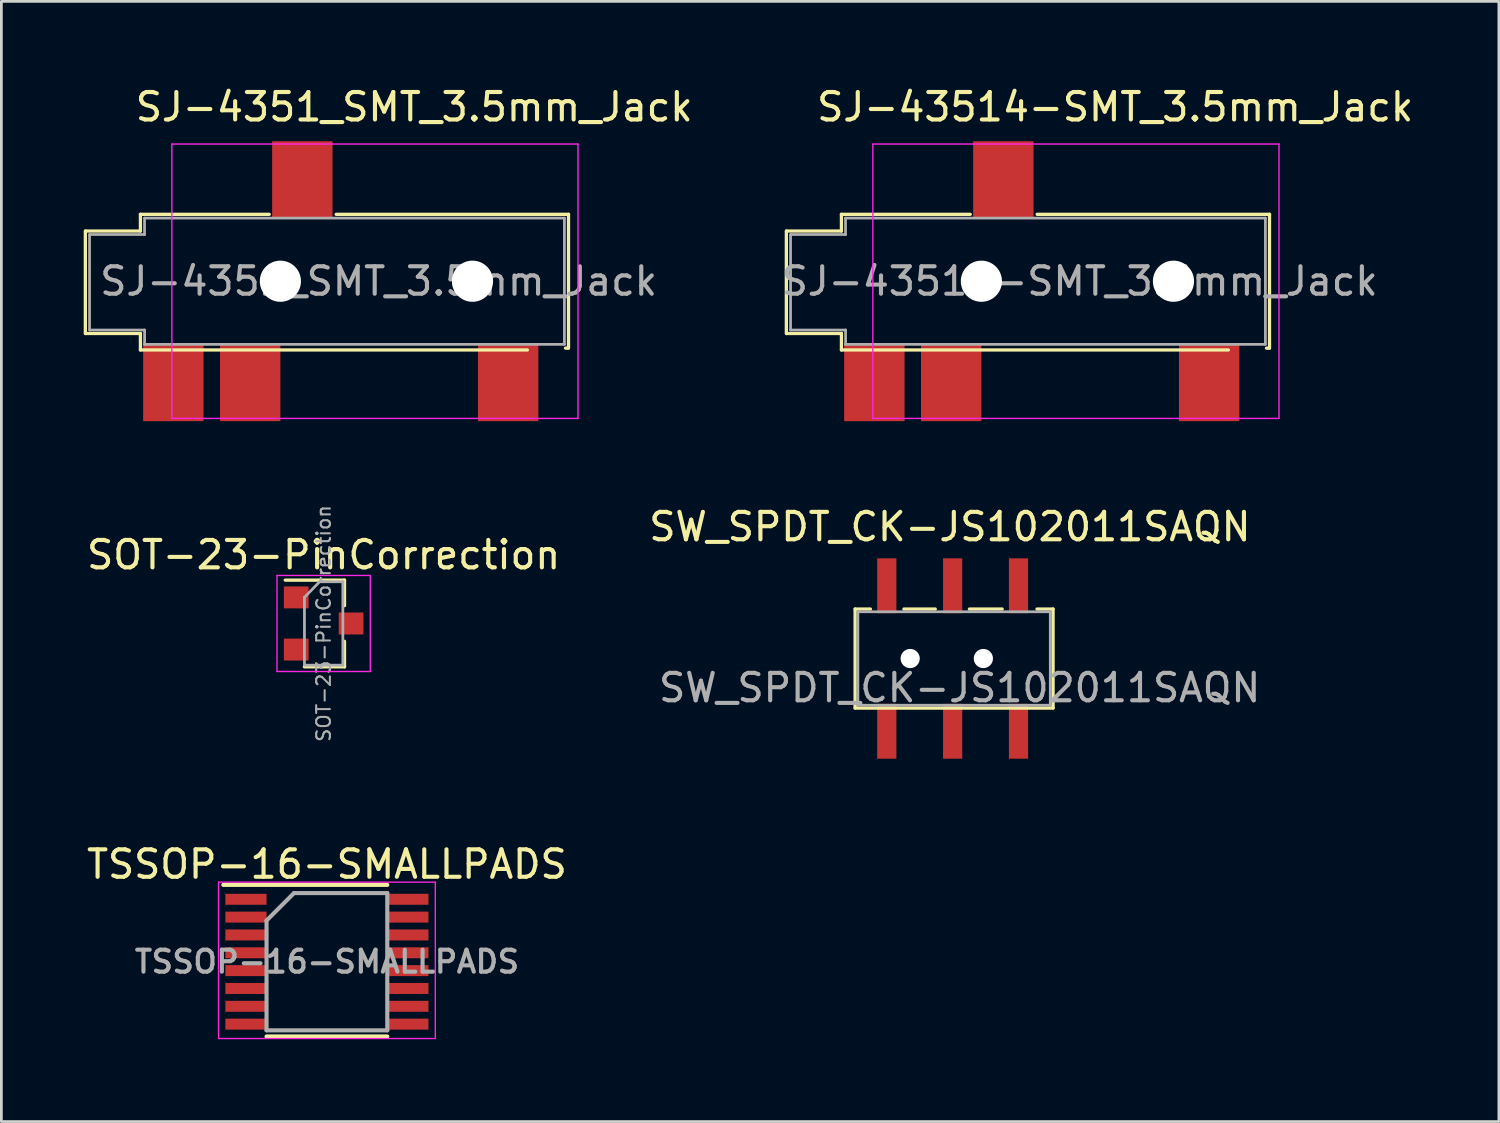
<source format=kicad_pcb>
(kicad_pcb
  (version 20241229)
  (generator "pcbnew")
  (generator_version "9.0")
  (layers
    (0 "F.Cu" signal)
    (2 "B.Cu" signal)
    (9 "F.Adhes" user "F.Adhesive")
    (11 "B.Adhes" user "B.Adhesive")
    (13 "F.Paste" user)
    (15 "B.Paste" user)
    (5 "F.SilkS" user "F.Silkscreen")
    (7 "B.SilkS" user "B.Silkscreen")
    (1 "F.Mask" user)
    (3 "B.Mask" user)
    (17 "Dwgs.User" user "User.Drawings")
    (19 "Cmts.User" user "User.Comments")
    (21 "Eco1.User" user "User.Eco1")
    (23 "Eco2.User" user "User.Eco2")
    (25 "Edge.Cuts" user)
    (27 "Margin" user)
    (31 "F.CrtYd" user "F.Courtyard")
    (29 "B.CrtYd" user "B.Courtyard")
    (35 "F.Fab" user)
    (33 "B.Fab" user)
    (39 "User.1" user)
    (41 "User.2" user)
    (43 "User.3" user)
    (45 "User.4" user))
  (footprint "TSSOP-16-SMALLPADS"
    (layer "F.Cu")
    (at 8.863 31.995)
    (property "Reference" "TSSOP-16-SMALLPADS" (at 0 -3.55 0) (layer "F.SilkS") (effects (font (size 1 1) (thickness 0.15))))
    (attr smd)
    (fp_line (start -3.775 -2.8) (end 2.2 -2.8) (stroke (width 0.15) (type solid)) (layer "F.SilkS"))
    (fp_line (start -2.2 2.725) (end 2.2 2.725) (stroke (width 0.15) (type solid)) (layer "F.SilkS"))
    (fp_line (start -3.95 -2.9) (end -3.95 2.8) (stroke (width 0.05) (type solid)) (layer "F.CrtYd"))
    (fp_line (start -3.95 -2.9) (end 3.95 -2.9) (stroke (width 0.05) (type solid)) (layer "F.CrtYd"))
    (fp_line (start -3.95 2.8) (end 3.95 2.8) (stroke (width 0.05) (type solid)) (layer "F.CrtYd"))
    (fp_line (start 3.95 -2.9) (end 3.95 2.8) (stroke (width 0.05) (type solid)) (layer "F.CrtYd"))
    (fp_line (start -2.2 -1.5) (end -1.2 -2.5) (stroke (width 0.15) (type solid)) (layer "F.Fab"))
    (fp_line (start -2.2 2.5) (end -2.2 -1.5) (stroke (width 0.15) (type solid)) (layer "F.Fab"))
    (fp_line (start -1.2 -2.5) (end 2.2 -2.5) (stroke (width 0.15) (type solid)) (layer "F.Fab"))
    (fp_line (start 2.2 -2.5) (end 2.2 2.5) (stroke (width 0.15) (type solid)) (layer "F.Fab"))
    (fp_line (start 2.2 2.5) (end -2.2 2.5) (stroke (width 0.15) (type solid)) (layer "F.Fab"))
    (fp_text user "${REFERENCE}" (at 0 0 0) (layer "F.Fab") (effects (font (size 0.8 0.8) (thickness 0.15))))
    (pad "1" smd rect (at -2.95 -2.275) (size 1.5 0.4) (layers "F.Cu" "F.Mask" "F.Paste"))
    (pad "2" smd rect (at -2.95 -1.625) (size 1.5 0.4) (layers "F.Cu" "F.Mask" "F.Paste"))
    (pad "3" smd rect (at -2.95 -0.975) (size 1.5 0.4) (layers "F.Cu" "F.Mask" "F.Paste"))
    (pad "4" smd rect (at -2.95 -0.325) (size 1.5 0.4) (layers "F.Cu" "F.Mask" "F.Paste"))
    (pad "5" smd rect (at -2.95 0.325) (size 1.5 0.4) (layers "F.Cu" "F.Mask" "F.Paste"))
    (pad "6" smd rect (at -2.95 0.975) (size 1.5 0.4) (layers "F.Cu" "F.Mask" "F.Paste"))
    (pad "7" smd rect (at -2.95 1.625) (size 1.5 0.4) (layers "F.Cu" "F.Mask" "F.Paste"))
    (pad "8" smd rect (at -2.95 2.275) (size 1.5 0.4) (layers "F.Cu" "F.Mask" "F.Paste"))
    (pad "9" smd rect (at 2.95 2.275) (size 1.5 0.4) (layers "F.Cu" "F.Mask" "F.Paste"))
    (pad "10" smd rect (at 2.95 1.625) (size 1.5 0.4) (layers "F.Cu" "F.Mask" "F.Paste"))
    (pad "11" smd rect (at 2.95 0.975) (size 1.5 0.4) (layers "F.Cu" "F.Mask" "F.Paste"))
    (pad "12" smd rect (at 2.95 0.325) (size 1.5 0.4) (layers "F.Cu" "F.Mask" "F.Paste"))
    (pad "13" smd rect (at 2.95 -0.325) (size 1.5 0.4) (layers "F.Cu" "F.Mask" "F.Paste"))
    (pad "14" smd rect (at 2.95 -0.975) (size 1.5 0.4) (layers "F.Cu" "F.Mask" "F.Paste"))
    (pad "15" smd rect (at 2.95 -1.625) (size 1.5 0.4) (layers "F.Cu" "F.Mask" "F.Paste"))
    (pad "16" smd rect (at 2.95 -2.275) (size 1.5 0.4) (layers "F.Cu" "F.Mask" "F.Paste")))
  (footprint "SW_SPDT_CK-JS102011SAQN"
    (layer "F.Cu")
    (at 31.665 20.947)
    (property "Reference" "SW_SPDT_CK-JS102011SAQN" (at -0.1 -4.8 0) (layer "F.SilkS") (effects (font (size 1 1) (thickness 0.15))))
    (attr smd)
    (fp_line (start -3.554 -1.803) (end -2.996 -1.803) (stroke (width 0.12) (type solid)) (layer "F.SilkS"))
    (fp_line (start -3.554 1.803) (end -3.554 -1.803) (stroke (width 0.12) (type solid)) (layer "F.SilkS"))
    (fp_line (start -0.633 -1.803) (end -1.776 -1.803) (stroke (width 0.12) (type solid)) (layer "F.SilkS"))
    (fp_line (start 1.805 -1.803) (end 0.611 -1.803) (stroke (width 0.12) (type solid)) (layer "F.SilkS"))
    (fp_line (start 3.075 -1.803) (end 3.659 -1.803) (stroke (width 0.12) (type solid)) (layer "F.SilkS"))
    (fp_line (start 3.659 -1.803) (end 3.659 1.803) (stroke (width 0.12) (type solid)) (layer "F.SilkS"))
    (fp_line (start 3.659 1.805) (end -3.554 1.805) (stroke (width 0.12) (type solid)) (layer "F.SilkS"))
    (fp_line (start -3.453 -1.703) (end 3.558 -1.703) (stroke (width 0.1) (type solid)) (layer "F.Fab"))
    (fp_line (start -3.453 -1.702) (end -3.453 1.702) (stroke (width 0.1) (type solid)) (layer "F.Fab"))
    (fp_line (start -3.446 1.703) (end 3.558 1.703) (stroke (width 0.1) (type solid)) (layer "F.Fab"))
    (fp_line (start 3.558 -1.702) (end 3.558 1.702) (stroke (width 0.1) (type solid)) (layer "F.Fab"))
    (fp_text user "${REFERENCE}" (at 0.256 1.067 0) (layer "F.Fab") (effects (font (size 1 1) (thickness 0.15))))
    (pad "" np_thru_hole circle (at -1.548 0) (size 0.7 0.7) (drill 0.7) (layers "*.Cu" "*.Mask"))
    (pad "" np_thru_hole circle (at 1.119 0) (size 0.7 0.7) (drill 0.7) (layers "*.Cu" "*.Mask"))
    (pad "1" smd rect (at -2.4 -2.65) (size 0.7 2) (layers "F.Cu" "F.Mask" "F.Paste"))
    (pad "2" smd rect (at 0 -2.65) (size 0.7 2) (layers "F.Cu" "F.Mask" "F.Paste"))
    (pad "3" smd rect (at 2.4 -2.65) (size 0.7 2) (layers "F.Cu" "F.Mask" "F.Paste"))
    (pad "4" smd rect (at -2.4 2.65) (size 0.7 2) (layers "F.Cu" "F.Mask" "F.Paste"))
    (pad "5" smd rect (at 0 2.65) (size 0.7 2) (layers "F.Cu" "F.Mask" "F.Paste"))
    (pad "6" smd rect (at 2.4 2.65) (size 0.7 2) (layers "F.Cu" "F.Mask" "F.Paste")))
  (footprint "SOT-23-PinCorrection"
    (layer "F.Cu")
    (at 8.744 19.67)
    (property "Reference" "SOT-23-PinCorrection" (at 0 -2.5 0) (layer "F.SilkS") (effects (font (size 1 1) (thickness 0.15))))
    (attr smd)
    (fp_line (start 0.76 -1.58) (end -1.4 -1.58) (stroke (width 0.12) (type solid)) (layer "F.SilkS"))
    (fp_line (start 0.76 -1.58) (end 0.76 -0.65) (stroke (width 0.12) (type solid)) (layer "F.SilkS"))
    (fp_line (start 0.76 1.58) (end -0.7 1.58) (stroke (width 0.12) (type solid)) (layer "F.SilkS"))
    (fp_line (start 0.76 1.58) (end 0.76 0.65) (stroke (width 0.12) (type solid)) (layer "F.SilkS"))
    (fp_line (start -1.7 -1.75) (end 1.7 -1.75) (stroke (width 0.05) (type solid)) (layer "F.CrtYd"))
    (fp_line (start -1.7 1.75) (end -1.7 -1.75) (stroke (width 0.05) (type solid)) (layer "F.CrtYd"))
    (fp_line (start 1.7 -1.75) (end 1.7 1.75) (stroke (width 0.05) (type solid)) (layer "F.CrtYd"))
    (fp_line (start 1.7 1.75) (end -1.7 1.75) (stroke (width 0.05) (type solid)) (layer "F.CrtYd"))
    (fp_line (start -0.7 -0.95) (end -0.7 1.5) (stroke (width 0.1) (type solid)) (layer "F.Fab"))
    (fp_line (start -0.7 -0.95) (end -0.15 -1.52) (stroke (width 0.1) (type solid)) (layer "F.Fab"))
    (fp_line (start -0.7 1.52) (end 0.7 1.52) (stroke (width 0.1) (type solid)) (layer "F.Fab"))
    (fp_line (start -0.15 -1.52) (end 0.7 -1.52) (stroke (width 0.1) (type solid)) (layer "F.Fab"))
    (fp_line (start 0.7 -1.52) (end 0.7 1.52) (stroke (width 0.1) (type solid)) (layer "F.Fab"))
    (fp_text user "${REFERENCE}" (at 0 0 90) (layer "F.Fab") (effects (font (size 0.5 0.5) (thickness 0.075))))
    (pad "1" smd rect (at 1 0) (size 0.9 0.8) (layers "F.Cu" "F.Mask" "F.Paste"))
    (pad "2" smd rect (at -1 -0.95) (size 0.9 0.8) (layers "F.Cu" "F.Mask" "F.Paste"))
    (pad "3" smd rect (at -1 0.95) (size 0.9 0.8) (layers "F.Cu" "F.Mask" "F.Paste")))
  (footprint "SJ-43514-SMT_3.5mm_Jack"
    (layer "F.Cu")
    (at 32.712 7.198)
    (property "Reference" "SJ-43514-SMT_3.5mm_Jack" (at 4.876 -6.35 0) (layer "F.SilkS") (effects (font (size 1 1) (thickness 0.15))))
    (attr smd)
    (fp_line (start -7.107 -1.829) (end -7.107 1.905) (stroke (width 0.12) (type solid)) (layer "F.SilkS"))
    (fp_line (start -5.1 -2.438) (end -5.1 -1.829) (stroke (width 0.12) (type solid)) (layer "F.SilkS"))
    (fp_line (start -5.1 -2.438) (end -0.406 -2.438) (stroke (width 0.12) (type solid)) (layer "F.SilkS"))
    (fp_line (start -5.1 -1.829) (end -7.1 -1.829) (stroke (width 0.12) (type solid)) (layer "F.SilkS"))
    (fp_line (start -5.1 1.905) (end -7.1 1.905) (stroke (width 0.12) (type solid)) (layer "F.SilkS"))
    (fp_line (start -5.1 1.905) (end -5.1 2.505) (stroke (width 0.12) (type solid)) (layer "F.SilkS"))
    (fp_line (start 2.032 -2.438) (end 10.5 -2.438) (stroke (width 0.12) (type solid)) (layer "F.SilkS"))
    (fp_line (start 9 2.505) (end -5.1 2.505) (stroke (width 0.12) (type solid)) (layer "F.SilkS"))
    (fp_line (start 10.39 2.438) (end 10.49 2.438) (stroke (width 0.12) (type solid)) (layer "F.SilkS"))
    (fp_line (start 10.5 2.438) (end 10.5 -2.438) (stroke (width 0.12) (type solid)) (layer "F.SilkS"))
    (fp_line (start -3.955 -5) (end 10.845 -5) (stroke (width 0.05) (type solid)) (layer "F.CrtYd"))
    (fp_line (start -3.955 5) (end -3.955 -5) (stroke (width 0.05) (type solid)) (layer "F.CrtYd"))
    (fp_line (start -3.955 5) (end 10.845 5) (stroke (width 0.05) (type solid)) (layer "F.CrtYd"))
    (fp_line (start 10.845 5) (end 10.845 -5) (stroke (width 0.05) (type solid)) (layer "F.CrtYd"))
    (fp_line (start -6.954 1.778) (end -6.954 -1.702) (stroke (width 0.1) (type solid)) (layer "F.Fab"))
    (fp_line (start -6.948 -1.702) (end -4.948 -1.702) (stroke (width 0.1) (type solid)) (layer "F.Fab"))
    (fp_line (start -4.95 -2.3) (end 10.35 -2.3) (stroke (width 0.1) (type solid)) (layer "F.Fab"))
    (fp_line (start -4.95 -1.7) (end -4.95 -2.3) (stroke (width 0.1) (type solid)) (layer "F.Fab"))
    (fp_line (start -4.95 1.778) (end -6.95 1.778) (stroke (width 0.1) (type solid)) (layer "F.Fab"))
    (fp_line (start -4.948 2.302) (end -4.948 1.778) (stroke (width 0.1) (type solid)) (layer "F.Fab"))
    (fp_line (start 10.35 -2.3) (end 10.35 2.3) (stroke (width 0.1) (type solid)) (layer "F.Fab"))
    (fp_line (start 10.35 2.3) (end -4.95 2.3) (stroke (width 0.1) (type solid)) (layer "F.Fab"))
    (fp_text user "${REFERENCE}" (at 3.58 0 0) (layer "F.Fab") (effects (font (size 1 1) (thickness 0.15))))
    (pad "" np_thru_hole circle (at 0.0002 0) (size 1.5 1.5) (drill 1.5) (layers "*.Cu" "*.Mask"))
    (pad "" np_thru_hole circle (at 7 0) (size 1.5 1.5) (drill 1.5) (layers "*.Cu" "*.Mask"))
    (pad "1" smd rect (at -3.9 3.7) (size 2.2 2.8) (layers "F.Cu" "F.Mask" "F.Paste"))
    (pad "2" smd rect (at 8.3 3.7) (size 2.2 2.8) (layers "F.Cu" "F.Mask" "F.Paste"))
    (pad "3" smd rect (at 0.8 -3.7) (size 2.2 2.8) (layers "F.Cu" "F.Mask" "F.Paste"))
    (pad "4" smd rect (at -1.1 3.7) (size 2.2 2.8) (layers "F.Cu" "F.Mask" "F.Paste")))
  (footprint "SJ-4351_SMT_3.5mm_Jack"
    (layer "F.Cu")
    (at 7.167 7.198)
    (property "Reference" "SJ-4351_SMT_3.5mm_Jack" (at 4.876 -6.35 0) (layer "F.SilkS") (effects (font (size 1 1) (thickness 0.15))))
    (attr smd)
    (fp_line (start -7.107 -1.829) (end -7.107 1.905) (stroke (width 0.12) (type solid)) (layer "F.SilkS"))
    (fp_line (start -5.1 -2.438) (end -5.1 -1.829) (stroke (width 0.12) (type solid)) (layer "F.SilkS"))
    (fp_line (start -5.1 -2.438) (end -0.406 -2.438) (stroke (width 0.12) (type solid)) (layer "F.SilkS"))
    (fp_line (start -5.1 -1.829) (end -7.1 -1.829) (stroke (width 0.12) (type solid)) (layer "F.SilkS"))
    (fp_line (start -5.1 1.905) (end -7.1 1.905) (stroke (width 0.12) (type solid)) (layer "F.SilkS"))
    (fp_line (start -5.1 1.905) (end -5.1 2.505) (stroke (width 0.12) (type solid)) (layer "F.SilkS"))
    (fp_line (start 2.032 -2.438) (end 10.5 -2.438) (stroke (width 0.12) (type solid)) (layer "F.SilkS"))
    (fp_line (start 9 2.505) (end -5.1 2.505) (stroke (width 0.12) (type solid)) (layer "F.SilkS"))
    (fp_line (start 10.39 2.438) (end 10.49 2.438) (stroke (width 0.12) (type solid)) (layer "F.SilkS"))
    (fp_line (start 10.5 2.438) (end 10.5 -2.438) (stroke (width 0.12) (type solid)) (layer "F.SilkS"))
    (fp_line (start -3.955 -5) (end 10.845 -5) (stroke (width 0.05) (type solid)) (layer "F.CrtYd"))
    (fp_line (start -3.955 5) (end -3.955 -5) (stroke (width 0.05) (type solid)) (layer "F.CrtYd"))
    (fp_line (start -3.955 5) (end 10.845 5) (stroke (width 0.05) (type solid)) (layer "F.CrtYd"))
    (fp_line (start 10.845 5) (end 10.845 -5) (stroke (width 0.05) (type solid)) (layer "F.CrtYd"))
    (fp_line (start -6.954 1.778) (end -6.954 -1.702) (stroke (width 0.1) (type solid)) (layer "F.Fab"))
    (fp_line (start -6.948 -1.702) (end -4.948 -1.702) (stroke (width 0.1) (type solid)) (layer "F.Fab"))
    (fp_line (start -4.95 -2.3) (end 10.35 -2.3) (stroke (width 0.1) (type solid)) (layer "F.Fab"))
    (fp_line (start -4.95 -1.7) (end -4.95 -2.3) (stroke (width 0.1) (type solid)) (layer "F.Fab"))
    (fp_line (start -4.95 1.778) (end -6.95 1.778) (stroke (width 0.1) (type solid)) (layer "F.Fab"))
    (fp_line (start -4.948 2.302) (end -4.948 1.778) (stroke (width 0.1) (type solid)) (layer "F.Fab"))
    (fp_line (start 10.35 -2.3) (end 10.35 2.3) (stroke (width 0.1) (type solid)) (layer "F.Fab"))
    (fp_line (start 10.35 2.3) (end -4.95 2.3) (stroke (width 0.1) (type solid)) (layer "F.Fab"))
    (fp_text user "${REFERENCE}" (at 3.58 0 0) (layer "F.Fab") (effects (font (size 1 1) (thickness 0.15))))
    (pad "" np_thru_hole circle (at 0.0002 0) (size 1.5 1.5) (drill 1.5) (layers "*.Cu" "*.Mask"))
    (pad "" np_thru_hole circle (at 7 0) (size 1.5 1.5) (drill 1.5) (layers "*.Cu" "*.Mask"))
    (pad "3" smd rect (at -3.9 3.7) (size 2.2 2.8) (layers "F.Cu" "F.Mask" "F.Paste"))
    (pad "3" smd rect (at -1.1 3.7) (size 2.2 2.8) (layers "F.Cu" "F.Mask" "F.Paste"))
    (pad "3" smd rect (at 0.8 -3.7) (size 2.2 2.8) (layers "F.Cu" "F.Mask" "F.Paste"))
    (pad "3" smd rect (at 8.3 3.7) (size 2.2 2.8) (layers "F.Cu" "F.Mask" "F.Paste")))
  (gr_rect
    (start -3 -3)
    (end 51.57 37.82)
    (stroke (width 0.1) (type default))
    (fill no)
    (layer "Edge.Cuts")))
</source>
